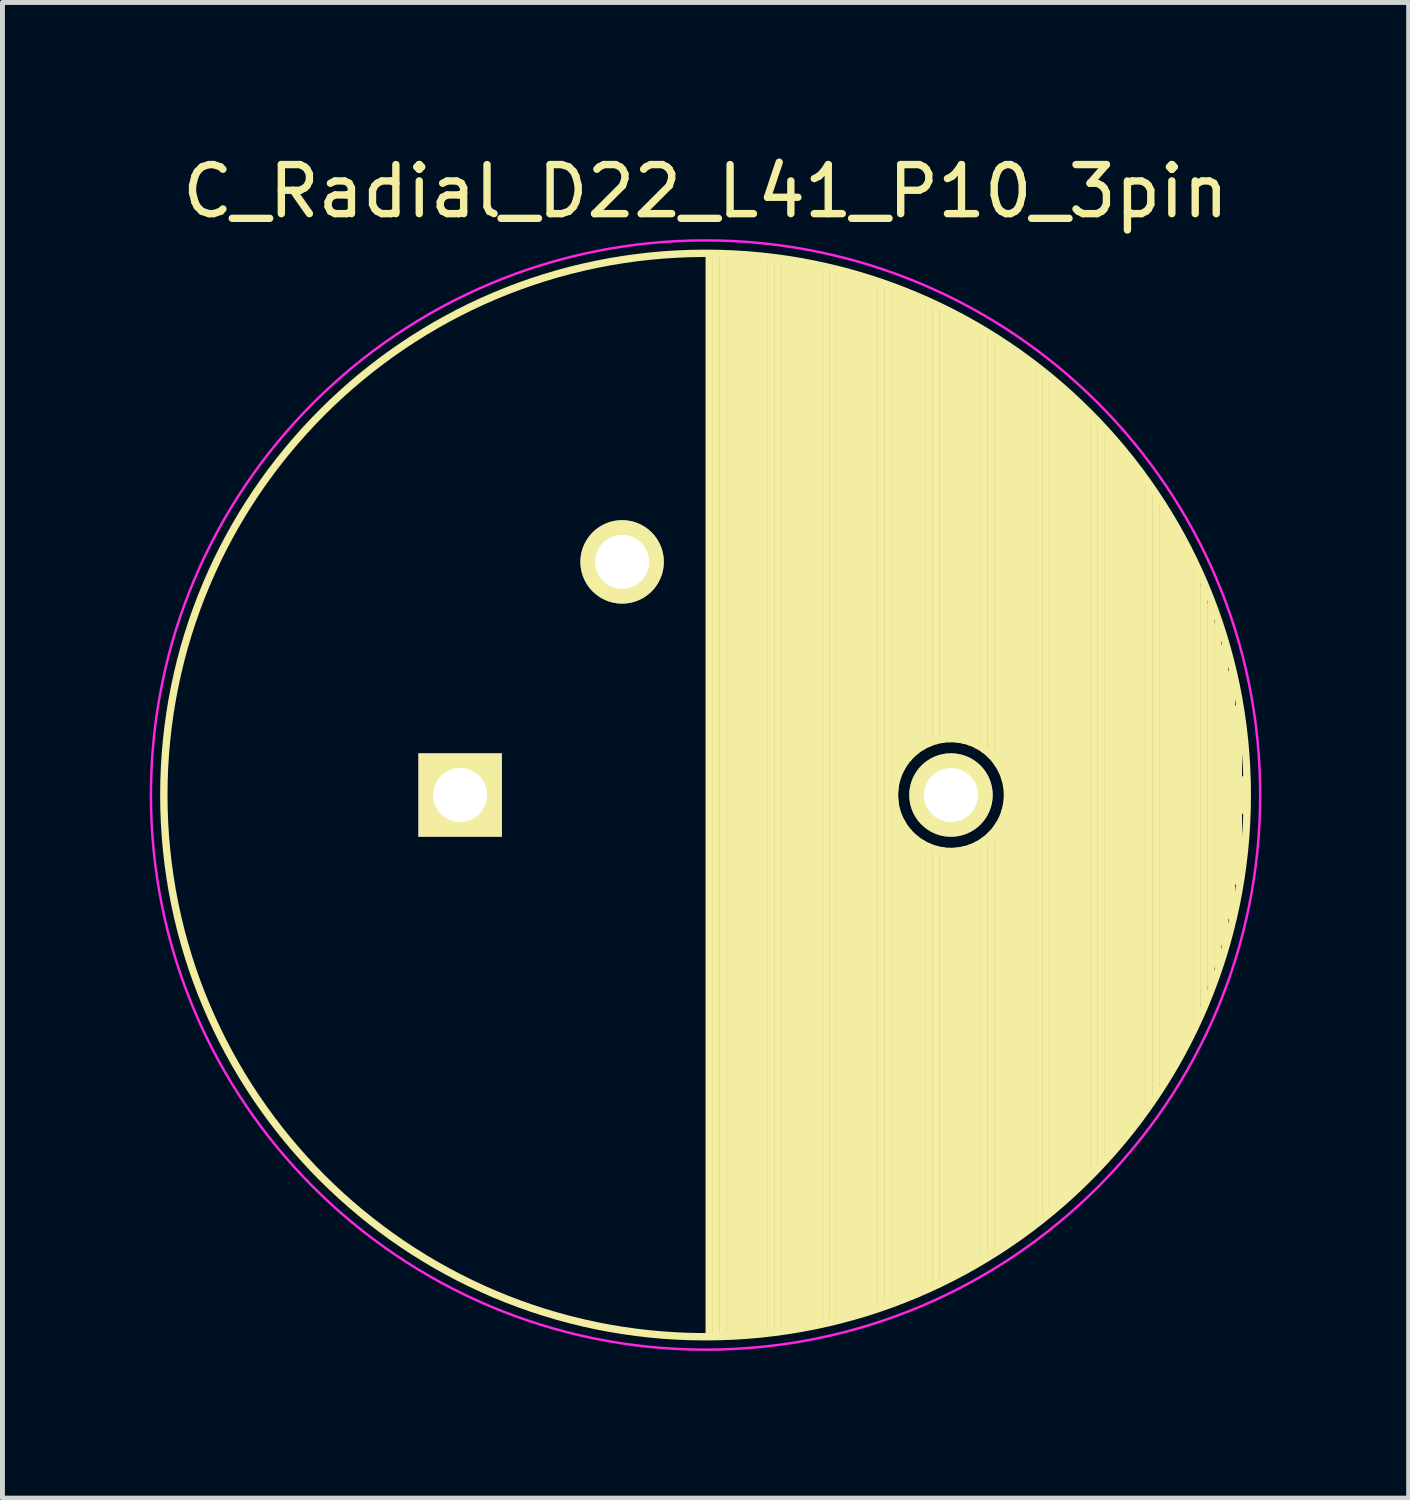
<source format=kicad_pcb>
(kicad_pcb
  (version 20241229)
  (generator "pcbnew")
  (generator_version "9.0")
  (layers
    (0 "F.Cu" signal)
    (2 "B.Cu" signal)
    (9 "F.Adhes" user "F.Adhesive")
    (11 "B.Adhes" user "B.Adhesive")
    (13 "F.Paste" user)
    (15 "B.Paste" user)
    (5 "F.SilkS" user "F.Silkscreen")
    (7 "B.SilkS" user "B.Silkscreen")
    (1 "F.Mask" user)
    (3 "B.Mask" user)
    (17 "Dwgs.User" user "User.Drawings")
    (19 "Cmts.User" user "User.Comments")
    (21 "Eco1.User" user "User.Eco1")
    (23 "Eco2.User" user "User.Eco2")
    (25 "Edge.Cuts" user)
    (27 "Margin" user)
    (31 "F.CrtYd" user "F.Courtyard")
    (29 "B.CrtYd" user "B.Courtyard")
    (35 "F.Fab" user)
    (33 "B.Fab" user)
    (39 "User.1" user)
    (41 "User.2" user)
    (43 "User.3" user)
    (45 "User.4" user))
  (footprint "C_Radial_D22_L41_P10_3pin"
    (layer "F.Cu")
    (at 6.325 13.148)
    (property "Reference" "C_Radial_D22_L41_P10_3pin" (at 5 -12.3 0) (layer "F.SilkS") (effects (font (size 1 1) (thickness 0.15))))
    (attr through_hole)
    (fp_line (start 5.075 -11) (end 5.075 11) (stroke (width 0.15) (type solid)) (layer "F.SilkS"))
    (fp_line (start 5.215 -10.998) (end 5.215 10.998) (stroke (width 0.15) (type solid)) (layer "F.SilkS"))
    (fp_line (start 5.355 -10.994) (end 5.355 10.994) (stroke (width 0.15) (type solid)) (layer "F.SilkS"))
    (fp_line (start 5.495 -10.989) (end 5.495 10.989) (stroke (width 0.15) (type solid)) (layer "F.SilkS"))
    (fp_line (start 5.635 -10.982) (end 5.635 10.982) (stroke (width 0.15) (type solid)) (layer "F.SilkS"))
    (fp_line (start 5.775 -10.973) (end 5.775 10.973) (stroke (width 0.15) (type solid)) (layer "F.SilkS"))
    (fp_line (start 5.915 -10.962) (end 5.915 10.962) (stroke (width 0.15) (type solid)) (layer "F.SilkS"))
    (fp_line (start 6.055 -10.949) (end 6.055 10.949) (stroke (width 0.15) (type solid)) (layer "F.SilkS"))
    (fp_line (start 6.195 -10.935) (end 6.195 10.935) (stroke (width 0.15) (type solid)) (layer "F.SilkS"))
    (fp_line (start 6.335 -10.919) (end 6.335 10.919) (stroke (width 0.15) (type solid)) (layer "F.SilkS"))
    (fp_line (start 6.475 -10.901) (end 6.475 10.901) (stroke (width 0.15) (type solid)) (layer "F.SilkS"))
    (fp_line (start 6.615 -10.881) (end 6.615 10.881) (stroke (width 0.15) (type solid)) (layer "F.SilkS"))
    (fp_line (start 6.755 -10.859) (end 6.755 10.859) (stroke (width 0.15) (type solid)) (layer "F.SilkS"))
    (fp_line (start 6.895 -10.836) (end 6.895 10.836) (stroke (width 0.15) (type solid)) (layer "F.SilkS"))
    (fp_line (start 7.035 -10.81) (end 7.035 10.81) (stroke (width 0.15) (type solid)) (layer "F.SilkS"))
    (fp_line (start 7.175 -10.783) (end 7.175 10.783) (stroke (width 0.15) (type solid)) (layer "F.SilkS"))
    (fp_line (start 7.315 -10.754) (end 7.315 10.754) (stroke (width 0.15) (type solid)) (layer "F.SilkS"))
    (fp_line (start 7.455 -10.723) (end 7.455 10.723) (stroke (width 0.15) (type solid)) (layer "F.SilkS"))
    (fp_line (start 7.595 -10.69) (end 7.595 10.69) (stroke (width 0.15) (type solid)) (layer "F.SilkS"))
    (fp_line (start 7.735 -10.655) (end 7.735 10.655) (stroke (width 0.15) (type solid)) (layer "F.SilkS"))
    (fp_line (start 7.875 -10.618) (end 7.875 10.618) (stroke (width 0.15) (type solid)) (layer "F.SilkS"))
    (fp_line (start 8.015 -10.579) (end 8.015 10.579) (stroke (width 0.15) (type solid)) (layer "F.SilkS"))
    (fp_line (start 8.155 -10.538) (end 8.155 10.538) (stroke (width 0.15) (type solid)) (layer "F.SilkS"))
    (fp_line (start 8.295 -10.495) (end 8.295 10.495) (stroke (width 0.15) (type solid)) (layer "F.SilkS"))
    (fp_line (start 8.435 -10.45) (end 8.435 10.45) (stroke (width 0.15) (type solid)) (layer "F.SilkS"))
    (fp_line (start 8.575 -10.403) (end 8.575 10.403) (stroke (width 0.15) (type solid)) (layer "F.SilkS"))
    (fp_line (start 8.715 -10.354) (end 8.715 10.354) (stroke (width 0.15) (type solid)) (layer "F.SilkS"))
    (fp_line (start 8.855 -10.302) (end 8.855 -0.107) (stroke (width 0.15) (type solid)) (layer "F.SilkS"))
    (fp_line (start 8.855 0.107) (end 8.855 10.302) (stroke (width 0.15) (type solid)) (layer "F.SilkS"))
    (fp_line (start 8.995 -10.249) (end 8.995 -0.559) (stroke (width 0.15) (type solid)) (layer "F.SilkS"))
    (fp_line (start 8.995 0.559) (end 8.995 10.249) (stroke (width 0.15) (type solid)) (layer "F.SilkS"))
    (fp_line (start 9.135 -10.193) (end 9.135 -0.758) (stroke (width 0.15) (type solid)) (layer "F.SilkS"))
    (fp_line (start 9.135 0.758) (end 9.135 10.193) (stroke (width 0.15) (type solid)) (layer "F.SilkS"))
    (fp_line (start 9.275 -10.135) (end 9.275 -0.893) (stroke (width 0.15) (type solid)) (layer "F.SilkS"))
    (fp_line (start 9.275 0.893) (end 9.275 10.135) (stroke (width 0.15) (type solid)) (layer "F.SilkS"))
    (fp_line (start 9.415 -10.075) (end 9.415 -0.99) (stroke (width 0.15) (type solid)) (layer "F.SilkS"))
    (fp_line (start 9.415 0.99) (end 9.415 10.075) (stroke (width 0.15) (type solid)) (layer "F.SilkS"))
    (fp_line (start 9.555 -10.013) (end 9.555 -1.06) (stroke (width 0.15) (type solid)) (layer "F.SilkS"))
    (fp_line (start 9.555 1.06) (end 9.555 10.013) (stroke (width 0.15) (type solid)) (layer "F.SilkS"))
    (fp_line (start 9.695 -9.948) (end 9.695 -1.109) (stroke (width 0.15) (type solid)) (layer "F.SilkS"))
    (fp_line (start 9.695 1.109) (end 9.695 9.948) (stroke (width 0.15) (type solid)) (layer "F.SilkS"))
    (fp_line (start 9.835 -9.88) (end 9.835 -1.138) (stroke (width 0.15) (type solid)) (layer "F.SilkS"))
    (fp_line (start 9.835 1.138) (end 9.835 9.88) (stroke (width 0.15) (type solid)) (layer "F.SilkS"))
    (fp_line (start 9.975 -9.811) (end 9.975 -1.15) (stroke (width 0.15) (type solid)) (layer "F.SilkS"))
    (fp_line (start 9.975 1.15) (end 9.975 9.811) (stroke (width 0.15) (type solid)) (layer "F.SilkS"))
    (fp_line (start 10.115 -9.738) (end 10.115 -1.144) (stroke (width 0.15) (type solid)) (layer "F.SilkS"))
    (fp_line (start 10.115 1.144) (end 10.115 9.738) (stroke (width 0.15) (type solid)) (layer "F.SilkS"))
    (fp_line (start 10.255 -9.664) (end 10.255 -1.121) (stroke (width 0.15) (type solid)) (layer "F.SilkS"))
    (fp_line (start 10.255 1.121) (end 10.255 9.664) (stroke (width 0.15) (type solid)) (layer "F.SilkS"))
    (fp_line (start 10.395 -9.586) (end 10.395 -1.08) (stroke (width 0.15) (type solid)) (layer "F.SilkS"))
    (fp_line (start 10.395 1.08) (end 10.395 9.586) (stroke (width 0.15) (type solid)) (layer "F.SilkS"))
    (fp_line (start 10.535 -9.506) (end 10.535 -1.018) (stroke (width 0.15) (type solid)) (layer "F.SilkS"))
    (fp_line (start 10.535 1.018) (end 10.535 9.506) (stroke (width 0.15) (type solid)) (layer "F.SilkS"))
    (fp_line (start 10.675 -9.423) (end 10.675 -0.931) (stroke (width 0.15) (type solid)) (layer "F.SilkS"))
    (fp_line (start 10.675 0.931) (end 10.675 9.423) (stroke (width 0.15) (type solid)) (layer "F.SilkS"))
    (fp_line (start 10.815 -9.337) (end 10.815 -0.811) (stroke (width 0.15) (type solid)) (layer "F.SilkS"))
    (fp_line (start 10.815 0.811) (end 10.815 9.337) (stroke (width 0.15) (type solid)) (layer "F.SilkS"))
    (fp_line (start 10.955 -9.249) (end 10.955 -0.641) (stroke (width 0.15) (type solid)) (layer "F.SilkS"))
    (fp_line (start 10.955 0.641) (end 10.955 9.249) (stroke (width 0.15) (type solid)) (layer "F.SilkS"))
    (fp_line (start 11.095 -9.157) (end 11.095 -0.351) (stroke (width 0.15) (type solid)) (layer "F.SilkS"))
    (fp_line (start 11.095 0.351) (end 11.095 9.157) (stroke (width 0.15) (type solid)) (layer "F.SilkS"))
    (fp_line (start 11.235 -9.062) (end 11.235 9.062) (stroke (width 0.15) (type solid)) (layer "F.SilkS"))
    (fp_line (start 11.375 -8.964) (end 11.375 8.964) (stroke (width 0.15) (type solid)) (layer "F.SilkS"))
    (fp_line (start 11.515 -8.863) (end 11.515 8.863) (stroke (width 0.15) (type solid)) (layer "F.SilkS"))
    (fp_line (start 11.655 -8.758) (end 11.655 8.758) (stroke (width 0.15) (type solid)) (layer "F.SilkS"))
    (fp_line (start 11.795 -8.65) (end 11.795 8.65) (stroke (width 0.15) (type solid)) (layer "F.SilkS"))
    (fp_line (start 11.935 -8.538) (end 11.935 8.538) (stroke (width 0.15) (type solid)) (layer "F.SilkS"))
    (fp_line (start 12.075 -8.423) (end 12.075 8.423) (stroke (width 0.15) (type solid)) (layer "F.SilkS"))
    (fp_line (start 12.215 -8.303) (end 12.215 8.303) (stroke (width 0.15) (type solid)) (layer "F.SilkS"))
    (fp_line (start 12.355 -8.179) (end 12.355 8.179) (stroke (width 0.15) (type solid)) (layer "F.SilkS"))
    (fp_line (start 12.495 -8.051) (end 12.495 8.051) (stroke (width 0.15) (type solid)) (layer "F.SilkS"))
    (fp_line (start 12.635 -7.919) (end 12.635 7.919) (stroke (width 0.15) (type solid)) (layer "F.SilkS"))
    (fp_line (start 12.775 -7.781) (end 12.775 7.781) (stroke (width 0.15) (type solid)) (layer "F.SilkS"))
    (fp_line (start 12.915 -7.639) (end 12.915 7.639) (stroke (width 0.15) (type solid)) (layer "F.SilkS"))
    (fp_line (start 13.055 -7.491) (end 13.055 7.491) (stroke (width 0.15) (type solid)) (layer "F.SilkS"))
    (fp_line (start 13.195 -7.338) (end 13.195 7.338) (stroke (width 0.15) (type solid)) (layer "F.SilkS"))
    (fp_line (start 13.335 -7.178) (end 13.335 7.178) (stroke (width 0.15) (type solid)) (layer "F.SilkS"))
    (fp_line (start 13.475 -7.012) (end 13.475 7.012) (stroke (width 0.15) (type solid)) (layer "F.SilkS"))
    (fp_line (start 13.615 -6.84) (end 13.615 6.84) (stroke (width 0.15) (type solid)) (layer "F.SilkS"))
    (fp_line (start 13.755 -6.66) (end 13.755 6.66) (stroke (width 0.15) (type solid)) (layer "F.SilkS"))
    (fp_line (start 13.895 -6.471) (end 13.895 6.471) (stroke (width 0.15) (type solid)) (layer "F.SilkS"))
    (fp_line (start 14.035 -6.274) (end 14.035 6.274) (stroke (width 0.15) (type solid)) (layer "F.SilkS"))
    (fp_line (start 14.175 -6.068) (end 14.175 6.068) (stroke (width 0.15) (type solid)) (layer "F.SilkS"))
    (fp_line (start 14.315 -5.851) (end 14.315 5.851) (stroke (width 0.15) (type solid)) (layer "F.SilkS"))
    (fp_line (start 14.455 -5.622) (end 14.455 5.622) (stroke (width 0.15) (type solid)) (layer "F.SilkS"))
    (fp_line (start 14.595 -5.379) (end 14.595 5.379) (stroke (width 0.15) (type solid)) (layer "F.SilkS"))
    (fp_line (start 14.735 -5.122) (end 14.735 5.122) (stroke (width 0.15) (type solid)) (layer "F.SilkS"))
    (fp_line (start 14.875 -4.846) (end 14.875 4.846) (stroke (width 0.15) (type solid)) (layer "F.SilkS"))
    (fp_line (start 15.015 -4.55) (end 15.015 4.55) (stroke (width 0.15) (type solid)) (layer "F.SilkS"))
    (fp_line (start 15.155 -4.228) (end 15.155 4.228) (stroke (width 0.15) (type solid)) (layer "F.SilkS"))
    (fp_line (start 15.295 -3.875) (end 15.295 3.875) (stroke (width 0.15) (type solid)) (layer "F.SilkS"))
    (fp_line (start 15.435 -3.48) (end 15.435 3.48) (stroke (width 0.15) (type solid)) (layer "F.SilkS"))
    (fp_line (start 15.575 -3.028) (end 15.575 3.028) (stroke (width 0.15) (type solid)) (layer "F.SilkS"))
    (fp_line (start 15.715 -2.488) (end 15.715 2.488) (stroke (width 0.15) (type solid)) (layer "F.SilkS"))
    (fp_line (start 15.855 -1.78) (end 15.855 1.78) (stroke (width 0.15) (type solid)) (layer "F.SilkS"))
    (fp_line (start 15.995 -0.332) (end 15.995 0.332) (stroke (width 0.15) (type solid)) (layer "F.SilkS"))
    (fp_circle (center 5 0) (end 5 -11.037) (stroke (width 0.15) (type solid)) (fill no) (layer "F.SilkS"))
    (fp_circle (center 10 0) (end 10 -1.15) (stroke (width 0.15) (type solid)) (fill no) (layer "F.SilkS"))
    (fp_circle (center 5 0) (end 5 -11.3) (stroke (width 0.05) (type solid)) (fill no) (layer "F.CrtYd"))
    (pad "1" thru_hole rect (at 0 0) (size 1.7 1.7) (drill 1.1) (layers "*.Cu" "*.Mask" "F.SilkS"))
    (pad "2" thru_hole circle (at 10 0) (size 1.7 1.7) (drill 1.1) (layers "*.Cu" "*.Mask" "F.SilkS"))
    (pad "3" thru_hole circle (at 3.3 -4.75) (size 1.7 1.7) (drill 1.1) (layers "*.Cu" "*.Mask" "F.SilkS")))
  (gr_rect
    (start -3 -3)
    (end 25.65 27.473)
    (stroke (width 0.1) (type default))
    (fill no)
    (layer "Edge.Cuts")))
</source>
